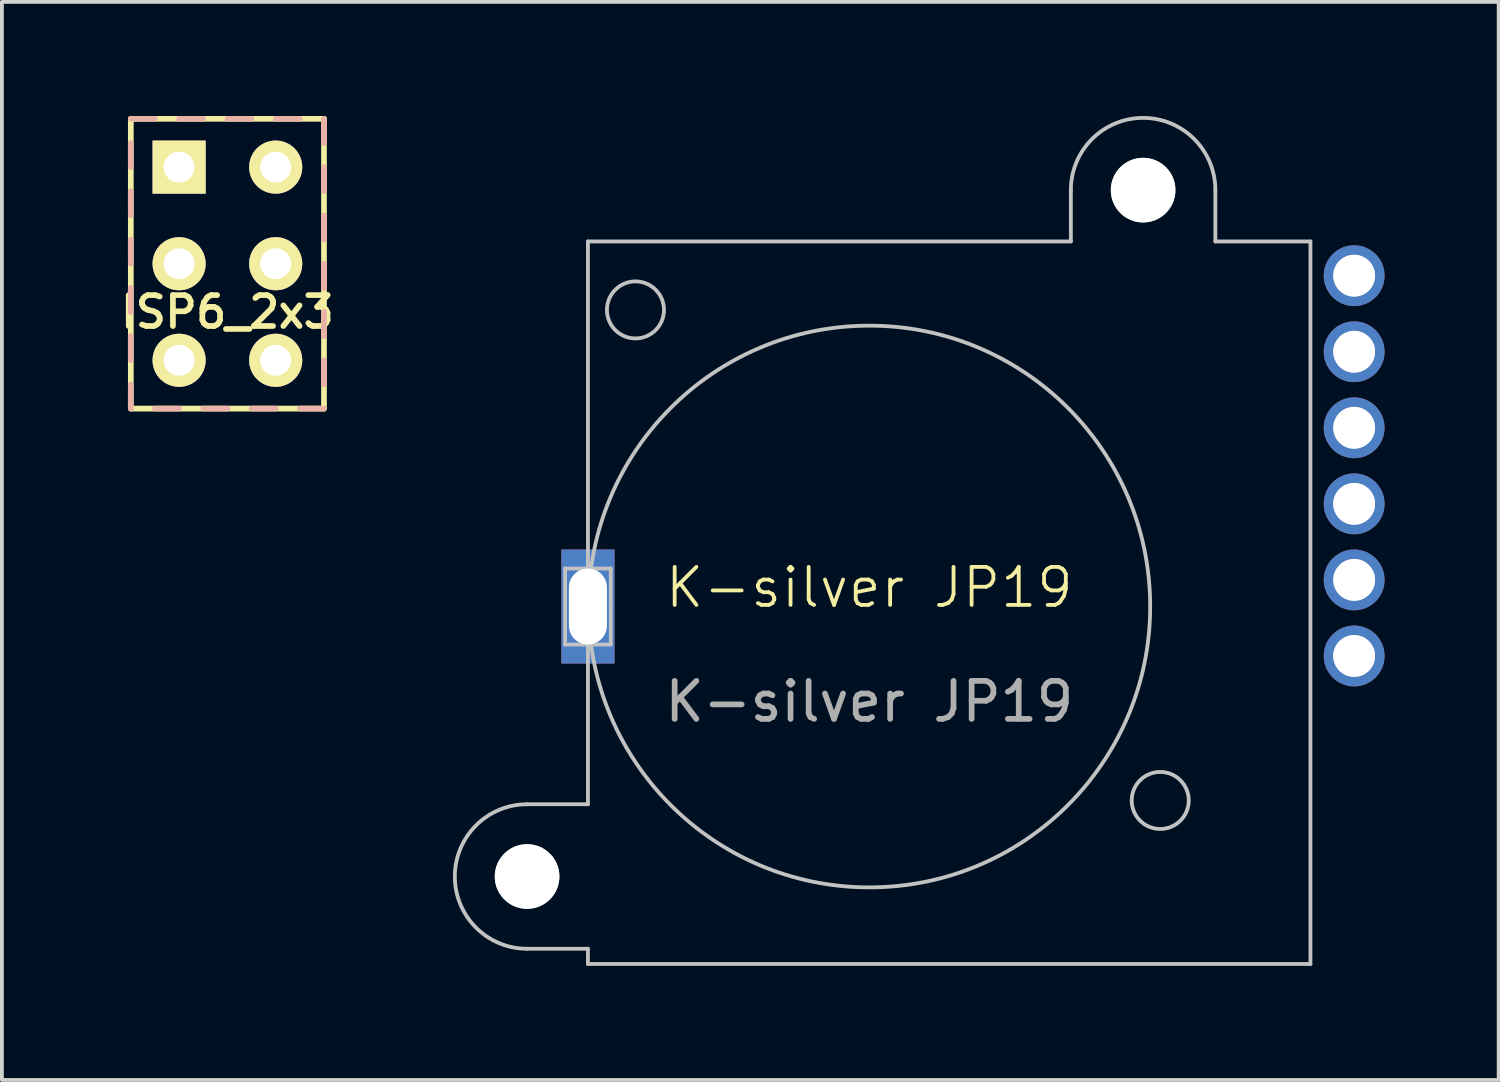
<source format=kicad_pcb>
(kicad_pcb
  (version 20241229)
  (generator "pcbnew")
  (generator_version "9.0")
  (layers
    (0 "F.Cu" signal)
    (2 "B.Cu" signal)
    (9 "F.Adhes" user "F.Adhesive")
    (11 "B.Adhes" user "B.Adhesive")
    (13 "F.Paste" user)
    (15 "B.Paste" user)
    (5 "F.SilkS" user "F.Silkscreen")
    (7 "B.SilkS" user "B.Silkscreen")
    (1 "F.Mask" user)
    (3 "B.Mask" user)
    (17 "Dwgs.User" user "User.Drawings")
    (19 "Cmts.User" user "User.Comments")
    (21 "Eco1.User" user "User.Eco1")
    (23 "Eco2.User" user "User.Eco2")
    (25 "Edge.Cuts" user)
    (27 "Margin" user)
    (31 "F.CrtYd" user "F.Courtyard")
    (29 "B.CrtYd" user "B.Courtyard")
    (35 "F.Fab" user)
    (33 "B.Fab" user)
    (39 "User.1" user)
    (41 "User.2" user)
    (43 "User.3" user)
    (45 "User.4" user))
  (footprint "ISP6_2x3"
    (layer "F.Cu")
    (at 2.93 3.885)
    (property "Reference" "ISP6_2x3" (at 0 1.27 0) (layer "F.SilkS") (effects (font (size 0.813 0.813) (thickness 0.15))))
    (attr through_hole)
    (fp_line (start -2.54 -3.81) (end 2.54 -3.81) (stroke (width 0.15) (type solid)) (layer "F.SilkS"))
    (fp_line (start -2.54 3.81) (end -2.54 -3.81) (stroke (width 0.15) (type solid)) (layer "F.SilkS"))
    (fp_line (start 2.54 -3.81) (end 2.54 3.81) (stroke (width 0.15) (type solid)) (layer "F.SilkS"))
    (fp_line (start 2.54 3.81) (end -2.54 3.81) (stroke (width 0.15) (type solid)) (layer "F.SilkS"))
    (fp_line (start -2.54 -3.81) (end -1.905 -3.81) (stroke (width 0.15) (type solid)) (layer "B.SilkS"))
    (fp_line (start -2.54 -2.54) (end -2.54 -3.175) (stroke (width 0.15) (type solid)) (layer "B.SilkS"))
    (fp_line (start -2.54 -1.27) (end -2.54 -1.905) (stroke (width 0.15) (type solid)) (layer "B.SilkS"))
    (fp_line (start -2.54 0) (end -2.54 -0.635) (stroke (width 0.15) (type solid)) (layer "B.SilkS"))
    (fp_line (start -2.54 1.27) (end -2.54 0.635) (stroke (width 0.15) (type solid)) (layer "B.SilkS"))
    (fp_line (start -2.54 2.54) (end -2.54 1.905) (stroke (width 0.15) (type solid)) (layer "B.SilkS"))
    (fp_line (start -2.54 3.81) (end -2.54 3.175) (stroke (width 0.15) (type solid)) (layer "B.SilkS"))
    (fp_line (start -1.27 -3.81) (end -0.635 -3.81) (stroke (width 0.15) (type solid)) (layer "B.SilkS"))
    (fp_line (start -1.27 3.81) (end -1.905 3.81) (stroke (width 0.15) (type solid)) (layer "B.SilkS"))
    (fp_line (start 0 -3.81) (end 0.635 -3.81) (stroke (width 0.15) (type solid)) (layer "B.SilkS"))
    (fp_line (start 0 3.81) (end -0.635 3.81) (stroke (width 0.15) (type solid)) (layer "B.SilkS"))
    (fp_line (start 1.27 -3.81) (end 1.905 -3.81) (stroke (width 0.15) (type solid)) (layer "B.SilkS"))
    (fp_line (start 1.27 3.81) (end 0.635 3.81) (stroke (width 0.15) (type solid)) (layer "B.SilkS"))
    (fp_line (start 2.54 -3.81) (end 2.54 -3.175) (stroke (width 0.15) (type solid)) (layer "B.SilkS"))
    (fp_line (start 2.54 -2.54) (end 2.54 -1.905) (stroke (width 0.15) (type solid)) (layer "B.SilkS"))
    (fp_line (start 2.54 -1.27) (end 2.54 -0.635) (stroke (width 0.15) (type solid)) (layer "B.SilkS"))
    (fp_line (start 2.54 0) (end 2.54 0.635) (stroke (width 0.15) (type solid)) (layer "B.SilkS"))
    (fp_line (start 2.54 1.27) (end 2.54 1.905) (stroke (width 0.15) (type solid)) (layer "B.SilkS"))
    (fp_line (start 2.54 2.54) (end 2.54 3.175) (stroke (width 0.15) (type solid)) (layer "B.SilkS"))
    (fp_line (start 2.54 3.81) (end 1.905 3.81) (stroke (width 0.15) (type solid)) (layer "B.SilkS"))
    (pad "1" thru_hole rect (at -1.27 -2.54) (size 1.397 1.397) (drill 0.813) (layers "*.Cu" "*.Mask" "F.SilkS"))
    (pad "2" thru_hole circle (at 1.27 -2.54) (size 1.397 1.397) (drill 0.813) (layers "*.Cu" "*.Mask" "F.SilkS"))
    (pad "3" thru_hole circle (at -1.27 0) (size 1.397 1.397) (drill 0.813) (layers "*.Cu" "*.Mask" "F.SilkS"))
    (pad "4" thru_hole circle (at 1.27 0) (size 1.397 1.397) (drill 0.813) (layers "*.Cu" "*.Mask" "F.SilkS"))
    (pad "5" thru_hole circle (at -1.27 2.54) (size 1.397 1.397) (drill 0.813) (layers "*.Cu" "*.Mask" "F.SilkS"))
    (pad "6" thru_hole circle (at 1.27 2.54) (size 1.397 1.397) (drill 0.813) (layers "*.Cu" "*.Mask" "F.SilkS")))
  (footprint "K-silver JP19"
    (layer "F.Cu")
    (at 19.811 12.9)
    (property "Reference" "K-silver JP19" (at 0 -0.5 0) (unlocked yes) (layer "F.SilkS") (effects (font (size 1 1) (thickness 0.1))))
    (attr through_hole)
    (fp_line (start -9 5.2) (end -7.4 5.2) (stroke (width 0.1) (type solid)) (layer "Dwgs.User"))
    (fp_line (start -9 9) (end -7.4 9) (stroke (width 0.1) (type solid)) (layer "Dwgs.User"))
    (fp_line (start -8 -1) (end -8 1) (stroke (width 0.1) (type solid)) (layer "Dwgs.User"))
    (fp_line (start -8 1) (end -7.4 1) (stroke (width 0.1) (type solid)) (layer "Dwgs.User"))
    (fp_line (start -7.4 -9.6) (end 5.3 -9.6) (stroke (width 0.1) (type solid)) (layer "Dwgs.User"))
    (fp_line (start -7.4 1) (end -6.8 1) (stroke (width 0.1) (type solid)) (layer "Dwgs.User"))
    (fp_line (start -7.4 5.2) (end -7.4 -9.6) (stroke (width 0.1) (type solid)) (layer "Dwgs.User"))
    (fp_line (start -7.4 9.4) (end -7.4 9) (stroke (width 0.1) (type solid)) (layer "Dwgs.User"))
    (fp_line (start -6.8 -1) (end -8 -1) (stroke (width 0.1) (type solid)) (layer "Dwgs.User"))
    (fp_line (start -6.8 0) (end -6.8 -1) (stroke (width 0.1) (type solid)) (layer "Dwgs.User"))
    (fp_line (start -6.8 1) (end -6.8 0) (stroke (width 0.1) (type solid)) (layer "Dwgs.User"))
    (fp_line (start 5.3 -10.95) (end 5.3 -9.6) (stroke (width 0.1) (type solid)) (layer "Dwgs.User"))
    (fp_line (start 9.1 -10.95) (end 9.1 -9.6) (stroke (width 0.1) (type solid)) (layer "Dwgs.User"))
    (fp_line (start 9.1 -9.6) (end 11.6 -9.6) (stroke (width 0.1) (type solid)) (layer "Dwgs.User"))
    (fp_line (start 11.6 -9.6) (end 11.6 9.4) (stroke (width 0.1) (type solid)) (layer "Dwgs.User"))
    (fp_line (start 11.6 9.4) (end -7.4 9.4) (stroke (width 0.1) (type solid)) (layer "Dwgs.User"))
    (fp_arc (start -9 9) (mid -10.899992 7.100003) (end -9 5.2) (stroke (width 0.1) (type solid)) (layer "Dwgs.User"))
    (fp_arc (start 5.3 -10.95) (mid 7.2 -12.85) (end 9.1 -10.95) (stroke (width 0.1) (type solid)) (layer "Dwgs.User"))
    (fp_circle (center -9 7.1) (end -8.2 7.1) (stroke (width 0.1) (type solid)) (fill no) (layer "Dwgs.User"))
    (fp_circle (center -6.15 -7.8) (end -5.4 -7.8) (stroke (width 0.1) (type solid)) (fill no) (layer "Dwgs.User"))
    (fp_circle (center 0 0) (end 7.386 0) (stroke (width 0.1) (type solid)) (fill no) (layer "Dwgs.User"))
    (fp_circle (center 7.2 -10.95) (end 8 -10.95) (stroke (width 0.1) (type solid)) (fill no) (layer "Dwgs.User"))
    (fp_circle (center 7.65 5.1) (end 8.4 5.1) (stroke (width 0.1) (type solid)) (fill no) (layer "Dwgs.User"))
    (fp_circle (center 12.75 -8.7) (end 13.25 -8.7) (stroke (width 0.1) (type solid)) (fill no) (layer "Dwgs.User"))
    (fp_circle (center 12.75 -6.7) (end 13.25 -6.7) (stroke (width 0.1) (type solid)) (fill no) (layer "Dwgs.User"))
    (fp_circle (center 12.75 -4.7) (end 13.25 -4.7) (stroke (width 0.1) (type solid)) (fill no) (layer "Dwgs.User"))
    (fp_circle (center 12.75 -2.7) (end 13.25 -2.7) (stroke (width 0.1) (type solid)) (fill no) (layer "Dwgs.User"))
    (fp_circle (center 12.75 -0.7) (end 13.25 -0.7) (stroke (width 0.1) (type solid)) (fill no) (layer "Dwgs.User"))
    (fp_circle (center 12.75 1.3) (end 13.25 1.3) (stroke (width 0.1) (type solid)) (fill no) (layer "Dwgs.User"))
    (fp_text user "${REFERENCE}" (at 0 2.5 0) (unlocked yes) (layer "F.Fab") (effects (font (size 1 1) (thickness 0.15))))
    (pad "" np_thru_hole circle (at -9 7.1) (size 1.7 1.7) (drill 1.7) (layers "*.Cu" "*.Mask"))
    (pad "" np_thru_hole rect (at -7.4 0) (size 1.4 3) (drill oval 1 2) (layers "*.Cu" "*.Mask"))
    (pad "" np_thru_hole circle (at 7.2 -10.95) (size 1.7 1.7) (drill 1.7) (layers "*.Cu" "*.Mask"))
    (pad "1" thru_hole circle (at 12.75 1.3) (size 1.6 1.6) (drill 1.1) (layers "*.Cu" "*.Mask"))
    (pad "2" thru_hole circle (at 12.75 -0.7) (size 1.6 1.6) (drill 1.1) (layers "*.Cu" "*.Mask"))
    (pad "3" thru_hole circle (at 12.75 -2.7) (size 1.6 1.6) (drill 1.1) (layers "*.Cu" "*.Mask"))
    (pad "4" thru_hole circle (at 12.75 -4.7) (size 1.6 1.6) (drill 1.1) (layers "*.Cu" "*.Mask"))
    (pad "5" thru_hole circle (at 12.75 -6.7) (size 1.6 1.6) (drill 1.1) (layers "*.Cu" "*.Mask"))
    (pad "6" thru_hole circle (at 12.75 -8.7) (size 1.6 1.6) (drill 1.1) (layers "*.Cu" "*.Mask")))
  (gr_rect
    (start -3 -3)
    (end 36.361 25.35)
    (stroke (width 0.1) (type default))
    (fill no)
    (layer "Edge.Cuts")))
</source>
